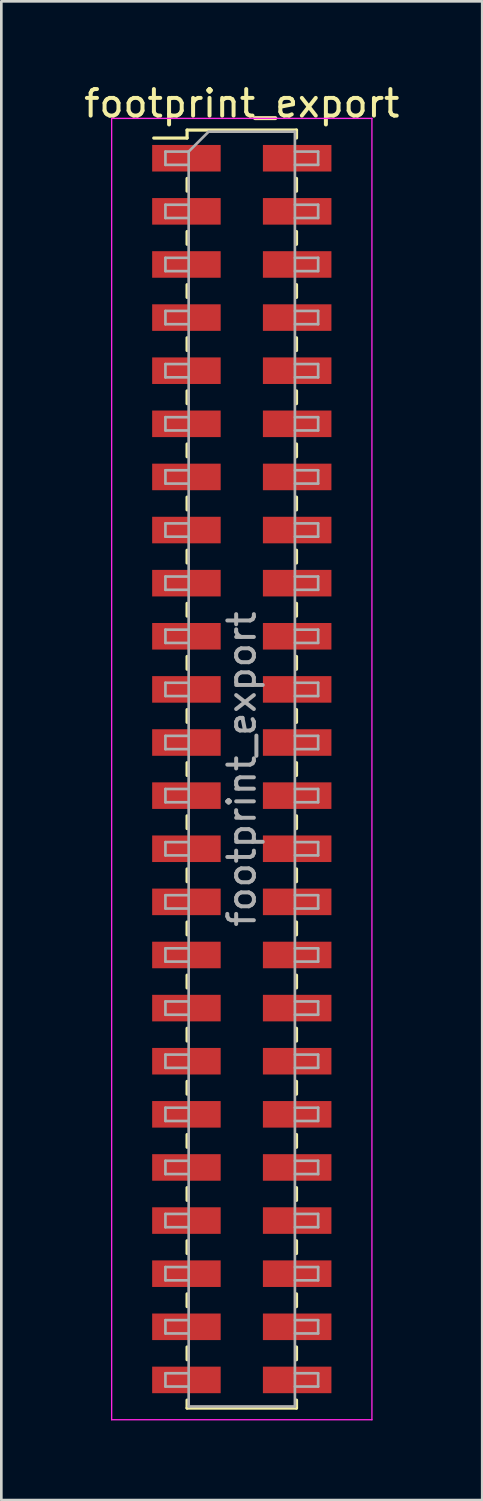
<source format=kicad_pcb>
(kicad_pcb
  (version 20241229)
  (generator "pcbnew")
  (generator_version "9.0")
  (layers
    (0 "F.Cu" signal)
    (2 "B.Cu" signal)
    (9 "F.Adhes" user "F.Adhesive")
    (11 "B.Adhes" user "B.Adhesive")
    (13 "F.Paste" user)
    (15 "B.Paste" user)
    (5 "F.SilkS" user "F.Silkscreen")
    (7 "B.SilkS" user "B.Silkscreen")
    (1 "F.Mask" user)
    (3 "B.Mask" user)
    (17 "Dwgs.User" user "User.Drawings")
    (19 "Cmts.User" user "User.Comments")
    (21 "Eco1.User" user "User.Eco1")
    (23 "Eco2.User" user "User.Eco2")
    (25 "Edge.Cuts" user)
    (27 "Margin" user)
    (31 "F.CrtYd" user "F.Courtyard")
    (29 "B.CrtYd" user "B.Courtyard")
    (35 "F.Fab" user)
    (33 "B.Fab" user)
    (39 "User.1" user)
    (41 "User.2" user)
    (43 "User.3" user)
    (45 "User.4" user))
  (footprint "footprint_export"
    (layer "F.Cu")
    (at 6.054 25.908)
    (property "Reference" "footprint_export" (at 0 -25.06 0) (layer "F.SilkS") (effects (font (size 1 1) (thickness 0.15))))
    (attr smd)
    (fp_line (start -3.315 -23.76) (end -2.06 -23.76) (stroke (width 0.12) (type solid)) (layer "F.SilkS"))
    (fp_line (start -2.06 -24.06) (end -2.06 -23.76) (stroke (width 0.12) (type solid)) (layer "F.SilkS"))
    (fp_line (start -2.06 -24.06) (end 2.06 -24.06) (stroke (width 0.12) (type solid)) (layer "F.SilkS"))
    (fp_line (start -2.06 -22.24) (end -2.06 -21.76) (stroke (width 0.12) (type solid)) (layer "F.SilkS"))
    (fp_line (start -2.06 -20.24) (end -2.06 -19.76) (stroke (width 0.12) (type solid)) (layer "F.SilkS"))
    (fp_line (start -2.06 -18.24) (end -2.06 -17.76) (stroke (width 0.12) (type solid)) (layer "F.SilkS"))
    (fp_line (start -2.06 -16.24) (end -2.06 -15.76) (stroke (width 0.12) (type solid)) (layer "F.SilkS"))
    (fp_line (start -2.06 -14.24) (end -2.06 -13.76) (stroke (width 0.12) (type solid)) (layer "F.SilkS"))
    (fp_line (start -2.06 -12.24) (end -2.06 -11.76) (stroke (width 0.12) (type solid)) (layer "F.SilkS"))
    (fp_line (start -2.06 -10.24) (end -2.06 -9.76) (stroke (width 0.12) (type solid)) (layer "F.SilkS"))
    (fp_line (start -2.06 -8.24) (end -2.06 -7.76) (stroke (width 0.12) (type solid)) (layer "F.SilkS"))
    (fp_line (start -2.06 -6.24) (end -2.06 -5.76) (stroke (width 0.12) (type solid)) (layer "F.SilkS"))
    (fp_line (start -2.06 -4.24) (end -2.06 -3.76) (stroke (width 0.12) (type solid)) (layer "F.SilkS"))
    (fp_line (start -2.06 -2.24) (end -2.06 -1.76) (stroke (width 0.12) (type solid)) (layer "F.SilkS"))
    (fp_line (start -2.06 -0.24) (end -2.06 0.24) (stroke (width 0.12) (type solid)) (layer "F.SilkS"))
    (fp_line (start -2.06 1.76) (end -2.06 2.24) (stroke (width 0.12) (type solid)) (layer "F.SilkS"))
    (fp_line (start -2.06 3.76) (end -2.06 4.24) (stroke (width 0.12) (type solid)) (layer "F.SilkS"))
    (fp_line (start -2.06 5.76) (end -2.06 6.24) (stroke (width 0.12) (type solid)) (layer "F.SilkS"))
    (fp_line (start -2.06 7.76) (end -2.06 8.24) (stroke (width 0.12) (type solid)) (layer "F.SilkS"))
    (fp_line (start -2.06 9.76) (end -2.06 10.24) (stroke (width 0.12) (type solid)) (layer "F.SilkS"))
    (fp_line (start -2.06 11.76) (end -2.06 12.24) (stroke (width 0.12) (type solid)) (layer "F.SilkS"))
    (fp_line (start -2.06 13.76) (end -2.06 14.24) (stroke (width 0.12) (type solid)) (layer "F.SilkS"))
    (fp_line (start -2.06 15.76) (end -2.06 16.24) (stroke (width 0.12) (type solid)) (layer "F.SilkS"))
    (fp_line (start -2.06 17.76) (end -2.06 18.24) (stroke (width 0.12) (type solid)) (layer "F.SilkS"))
    (fp_line (start -2.06 19.76) (end -2.06 20.24) (stroke (width 0.12) (type solid)) (layer "F.SilkS"))
    (fp_line (start -2.06 21.76) (end -2.06 22.24) (stroke (width 0.12) (type solid)) (layer "F.SilkS"))
    (fp_line (start -2.06 23.76) (end -2.06 24.06) (stroke (width 0.12) (type solid)) (layer "F.SilkS"))
    (fp_line (start -2.06 24.06) (end 2.06 24.06) (stroke (width 0.12) (type solid)) (layer "F.SilkS"))
    (fp_line (start 2.06 -24.06) (end 2.06 -23.76) (stroke (width 0.12) (type solid)) (layer "F.SilkS"))
    (fp_line (start 2.06 -22.24) (end 2.06 -21.76) (stroke (width 0.12) (type solid)) (layer "F.SilkS"))
    (fp_line (start 2.06 -20.24) (end 2.06 -19.76) (stroke (width 0.12) (type solid)) (layer "F.SilkS"))
    (fp_line (start 2.06 -18.24) (end 2.06 -17.76) (stroke (width 0.12) (type solid)) (layer "F.SilkS"))
    (fp_line (start 2.06 -16.24) (end 2.06 -15.76) (stroke (width 0.12) (type solid)) (layer "F.SilkS"))
    (fp_line (start 2.06 -14.24) (end 2.06 -13.76) (stroke (width 0.12) (type solid)) (layer "F.SilkS"))
    (fp_line (start 2.06 -12.24) (end 2.06 -11.76) (stroke (width 0.12) (type solid)) (layer "F.SilkS"))
    (fp_line (start 2.06 -10.24) (end 2.06 -9.76) (stroke (width 0.12) (type solid)) (layer "F.SilkS"))
    (fp_line (start 2.06 -8.24) (end 2.06 -7.76) (stroke (width 0.12) (type solid)) (layer "F.SilkS"))
    (fp_line (start 2.06 -6.24) (end 2.06 -5.76) (stroke (width 0.12) (type solid)) (layer "F.SilkS"))
    (fp_line (start 2.06 -4.24) (end 2.06 -3.76) (stroke (width 0.12) (type solid)) (layer "F.SilkS"))
    (fp_line (start 2.06 -2.24) (end 2.06 -1.76) (stroke (width 0.12) (type solid)) (layer "F.SilkS"))
    (fp_line (start 2.06 -0.24) (end 2.06 0.24) (stroke (width 0.12) (type solid)) (layer "F.SilkS"))
    (fp_line (start 2.06 1.76) (end 2.06 2.24) (stroke (width 0.12) (type solid)) (layer "F.SilkS"))
    (fp_line (start 2.06 3.76) (end 2.06 4.24) (stroke (width 0.12) (type solid)) (layer "F.SilkS"))
    (fp_line (start 2.06 5.76) (end 2.06 6.24) (stroke (width 0.12) (type solid)) (layer "F.SilkS"))
    (fp_line (start 2.06 7.76) (end 2.06 8.24) (stroke (width 0.12) (type solid)) (layer "F.SilkS"))
    (fp_line (start 2.06 9.76) (end 2.06 10.24) (stroke (width 0.12) (type solid)) (layer "F.SilkS"))
    (fp_line (start 2.06 11.76) (end 2.06 12.24) (stroke (width 0.12) (type solid)) (layer "F.SilkS"))
    (fp_line (start 2.06 13.76) (end 2.06 14.24) (stroke (width 0.12) (type solid)) (layer "F.SilkS"))
    (fp_line (start 2.06 15.76) (end 2.06 16.24) (stroke (width 0.12) (type solid)) (layer "F.SilkS"))
    (fp_line (start 2.06 17.76) (end 2.06 18.24) (stroke (width 0.12) (type solid)) (layer "F.SilkS"))
    (fp_line (start 2.06 19.76) (end 2.06 20.24) (stroke (width 0.12) (type solid)) (layer "F.SilkS"))
    (fp_line (start 2.06 21.76) (end 2.06 22.24) (stroke (width 0.12) (type solid)) (layer "F.SilkS"))
    (fp_line (start 2.06 23.76) (end 2.06 24.06) (stroke (width 0.12) (type solid)) (layer "F.SilkS"))
    (fp_line (start -4.9 -24.5) (end -4.9 24.5) (stroke (width 0.05) (type solid)) (layer "F.CrtYd"))
    (fp_line (start -4.9 24.5) (end 4.9 24.5) (stroke (width 0.05) (type solid)) (layer "F.CrtYd"))
    (fp_line (start 4.9 -24.5) (end -4.9 -24.5) (stroke (width 0.05) (type solid)) (layer "F.CrtYd"))
    (fp_line (start 4.9 24.5) (end 4.9 -24.5) (stroke (width 0.05) (type solid)) (layer "F.CrtYd"))
    (fp_line (start -2.875 -23.25) (end -2.875 -22.75) (stroke (width 0.1) (type solid)) (layer "F.Fab"))
    (fp_line (start -2.875 -22.75) (end -2 -22.75) (stroke (width 0.1) (type solid)) (layer "F.Fab"))
    (fp_line (start -2.875 -21.25) (end -2.875 -20.75) (stroke (width 0.1) (type solid)) (layer "F.Fab"))
    (fp_line (start -2.875 -20.75) (end -2 -20.75) (stroke (width 0.1) (type solid)) (layer "F.Fab"))
    (fp_line (start -2.875 -19.25) (end -2.875 -18.75) (stroke (width 0.1) (type solid)) (layer "F.Fab"))
    (fp_line (start -2.875 -18.75) (end -2 -18.75) (stroke (width 0.1) (type solid)) (layer "F.Fab"))
    (fp_line (start -2.875 -17.25) (end -2.875 -16.75) (stroke (width 0.1) (type solid)) (layer "F.Fab"))
    (fp_line (start -2.875 -16.75) (end -2 -16.75) (stroke (width 0.1) (type solid)) (layer "F.Fab"))
    (fp_line (start -2.875 -15.25) (end -2.875 -14.75) (stroke (width 0.1) (type solid)) (layer "F.Fab"))
    (fp_line (start -2.875 -14.75) (end -2 -14.75) (stroke (width 0.1) (type solid)) (layer "F.Fab"))
    (fp_line (start -2.875 -13.25) (end -2.875 -12.75) (stroke (width 0.1) (type solid)) (layer "F.Fab"))
    (fp_line (start -2.875 -12.75) (end -2 -12.75) (stroke (width 0.1) (type solid)) (layer "F.Fab"))
    (fp_line (start -2.875 -11.25) (end -2.875 -10.75) (stroke (width 0.1) (type solid)) (layer "F.Fab"))
    (fp_line (start -2.875 -10.75) (end -2 -10.75) (stroke (width 0.1) (type solid)) (layer "F.Fab"))
    (fp_line (start -2.875 -9.25) (end -2.875 -8.75) (stroke (width 0.1) (type solid)) (layer "F.Fab"))
    (fp_line (start -2.875 -8.75) (end -2 -8.75) (stroke (width 0.1) (type solid)) (layer "F.Fab"))
    (fp_line (start -2.875 -7.25) (end -2.875 -6.75) (stroke (width 0.1) (type solid)) (layer "F.Fab"))
    (fp_line (start -2.875 -6.75) (end -2 -6.75) (stroke (width 0.1) (type solid)) (layer "F.Fab"))
    (fp_line (start -2.875 -5.25) (end -2.875 -4.75) (stroke (width 0.1) (type solid)) (layer "F.Fab"))
    (fp_line (start -2.875 -4.75) (end -2 -4.75) (stroke (width 0.1) (type solid)) (layer "F.Fab"))
    (fp_line (start -2.875 -3.25) (end -2.875 -2.75) (stroke (width 0.1) (type solid)) (layer "F.Fab"))
    (fp_line (start -2.875 -2.75) (end -2 -2.75) (stroke (width 0.1) (type solid)) (layer "F.Fab"))
    (fp_line (start -2.875 -1.25) (end -2.875 -0.75) (stroke (width 0.1) (type solid)) (layer "F.Fab"))
    (fp_line (start -2.875 -0.75) (end -2 -0.75) (stroke (width 0.1) (type solid)) (layer "F.Fab"))
    (fp_line (start -2.875 0.75) (end -2.875 1.25) (stroke (width 0.1) (type solid)) (layer "F.Fab"))
    (fp_line (start -2.875 1.25) (end -2 1.25) (stroke (width 0.1) (type solid)) (layer "F.Fab"))
    (fp_line (start -2.875 2.75) (end -2.875 3.25) (stroke (width 0.1) (type solid)) (layer "F.Fab"))
    (fp_line (start -2.875 3.25) (end -2 3.25) (stroke (width 0.1) (type solid)) (layer "F.Fab"))
    (fp_line (start -2.875 4.75) (end -2.875 5.25) (stroke (width 0.1) (type solid)) (layer "F.Fab"))
    (fp_line (start -2.875 5.25) (end -2 5.25) (stroke (width 0.1) (type solid)) (layer "F.Fab"))
    (fp_line (start -2.875 6.75) (end -2.875 7.25) (stroke (width 0.1) (type solid)) (layer "F.Fab"))
    (fp_line (start -2.875 7.25) (end -2 7.25) (stroke (width 0.1) (type solid)) (layer "F.Fab"))
    (fp_line (start -2.875 8.75) (end -2.875 9.25) (stroke (width 0.1) (type solid)) (layer "F.Fab"))
    (fp_line (start -2.875 9.25) (end -2 9.25) (stroke (width 0.1) (type solid)) (layer "F.Fab"))
    (fp_line (start -2.875 10.75) (end -2.875 11.25) (stroke (width 0.1) (type solid)) (layer "F.Fab"))
    (fp_line (start -2.875 11.25) (end -2 11.25) (stroke (width 0.1) (type solid)) (layer "F.Fab"))
    (fp_line (start -2.875 12.75) (end -2.875 13.25) (stroke (width 0.1) (type solid)) (layer "F.Fab"))
    (fp_line (start -2.875 13.25) (end -2 13.25) (stroke (width 0.1) (type solid)) (layer "F.Fab"))
    (fp_line (start -2.875 14.75) (end -2.875 15.25) (stroke (width 0.1) (type solid)) (layer "F.Fab"))
    (fp_line (start -2.875 15.25) (end -2 15.25) (stroke (width 0.1) (type solid)) (layer "F.Fab"))
    (fp_line (start -2.875 16.75) (end -2.875 17.25) (stroke (width 0.1) (type solid)) (layer "F.Fab"))
    (fp_line (start -2.875 17.25) (end -2 17.25) (stroke (width 0.1) (type solid)) (layer "F.Fab"))
    (fp_line (start -2.875 18.75) (end -2.875 19.25) (stroke (width 0.1) (type solid)) (layer "F.Fab"))
    (fp_line (start -2.875 19.25) (end -2 19.25) (stroke (width 0.1) (type solid)) (layer "F.Fab"))
    (fp_line (start -2.875 20.75) (end -2.875 21.25) (stroke (width 0.1) (type solid)) (layer "F.Fab"))
    (fp_line (start -2.875 21.25) (end -2 21.25) (stroke (width 0.1) (type solid)) (layer "F.Fab"))
    (fp_line (start -2.875 22.75) (end -2.875 23.25) (stroke (width 0.1) (type solid)) (layer "F.Fab"))
    (fp_line (start -2.875 23.25) (end -2 23.25) (stroke (width 0.1) (type solid)) (layer "F.Fab"))
    (fp_line (start -2 -23.25) (end -2.875 -23.25) (stroke (width 0.1) (type solid)) (layer "F.Fab"))
    (fp_line (start -2 -23.25) (end -1.25 -24) (stroke (width 0.1) (type solid)) (layer "F.Fab"))
    (fp_line (start -2 -21.25) (end -2.875 -21.25) (stroke (width 0.1) (type solid)) (layer "F.Fab"))
    (fp_line (start -2 -19.25) (end -2.875 -19.25) (stroke (width 0.1) (type solid)) (layer "F.Fab"))
    (fp_line (start -2 -17.25) (end -2.875 -17.25) (stroke (width 0.1) (type solid)) (layer "F.Fab"))
    (fp_line (start -2 -15.25) (end -2.875 -15.25) (stroke (width 0.1) (type solid)) (layer "F.Fab"))
    (fp_line (start -2 -13.25) (end -2.875 -13.25) (stroke (width 0.1) (type solid)) (layer "F.Fab"))
    (fp_line (start -2 -11.25) (end -2.875 -11.25) (stroke (width 0.1) (type solid)) (layer "F.Fab"))
    (fp_line (start -2 -9.25) (end -2.875 -9.25) (stroke (width 0.1) (type solid)) (layer "F.Fab"))
    (fp_line (start -2 -7.25) (end -2.875 -7.25) (stroke (width 0.1) (type solid)) (layer "F.Fab"))
    (fp_line (start -2 -5.25) (end -2.875 -5.25) (stroke (width 0.1) (type solid)) (layer "F.Fab"))
    (fp_line (start -2 -3.25) (end -2.875 -3.25) (stroke (width 0.1) (type solid)) (layer "F.Fab"))
    (fp_line (start -2 -1.25) (end -2.875 -1.25) (stroke (width 0.1) (type solid)) (layer "F.Fab"))
    (fp_line (start -2 0.75) (end -2.875 0.75) (stroke (width 0.1) (type solid)) (layer "F.Fab"))
    (fp_line (start -2 2.75) (end -2.875 2.75) (stroke (width 0.1) (type solid)) (layer "F.Fab"))
    (fp_line (start -2 4.75) (end -2.875 4.75) (stroke (width 0.1) (type solid)) (layer "F.Fab"))
    (fp_line (start -2 6.75) (end -2.875 6.75) (stroke (width 0.1) (type solid)) (layer "F.Fab"))
    (fp_line (start -2 8.75) (end -2.875 8.75) (stroke (width 0.1) (type solid)) (layer "F.Fab"))
    (fp_line (start -2 10.75) (end -2.875 10.75) (stroke (width 0.1) (type solid)) (layer "F.Fab"))
    (fp_line (start -2 12.75) (end -2.875 12.75) (stroke (width 0.1) (type solid)) (layer "F.Fab"))
    (fp_line (start -2 14.75) (end -2.875 14.75) (stroke (width 0.1) (type solid)) (layer "F.Fab"))
    (fp_line (start -2 16.75) (end -2.875 16.75) (stroke (width 0.1) (type solid)) (layer "F.Fab"))
    (fp_line (start -2 18.75) (end -2.875 18.75) (stroke (width 0.1) (type solid)) (layer "F.Fab"))
    (fp_line (start -2 20.75) (end -2.875 20.75) (stroke (width 0.1) (type solid)) (layer "F.Fab"))
    (fp_line (start -2 22.75) (end -2.875 22.75) (stroke (width 0.1) (type solid)) (layer "F.Fab"))
    (fp_line (start -2 24) (end -2 -23.25) (stroke (width 0.1) (type solid)) (layer "F.Fab"))
    (fp_line (start -1.25 -24) (end 2 -24) (stroke (width 0.1) (type solid)) (layer "F.Fab"))
    (fp_line (start 2 -24) (end 2 24) (stroke (width 0.1) (type solid)) (layer "F.Fab"))
    (fp_line (start 2 -23.25) (end 2.875 -23.25) (stroke (width 0.1) (type solid)) (layer "F.Fab"))
    (fp_line (start 2 -21.25) (end 2.875 -21.25) (stroke (width 0.1) (type solid)) (layer "F.Fab"))
    (fp_line (start 2 -19.25) (end 2.875 -19.25) (stroke (width 0.1) (type solid)) (layer "F.Fab"))
    (fp_line (start 2 -17.25) (end 2.875 -17.25) (stroke (width 0.1) (type solid)) (layer "F.Fab"))
    (fp_line (start 2 -15.25) (end 2.875 -15.25) (stroke (width 0.1) (type solid)) (layer "F.Fab"))
    (fp_line (start 2 -13.25) (end 2.875 -13.25) (stroke (width 0.1) (type solid)) (layer "F.Fab"))
    (fp_line (start 2 -11.25) (end 2.875 -11.25) (stroke (width 0.1) (type solid)) (layer "F.Fab"))
    (fp_line (start 2 -9.25) (end 2.875 -9.25) (stroke (width 0.1) (type solid)) (layer "F.Fab"))
    (fp_line (start 2 -7.25) (end 2.875 -7.25) (stroke (width 0.1) (type solid)) (layer "F.Fab"))
    (fp_line (start 2 -5.25) (end 2.875 -5.25) (stroke (width 0.1) (type solid)) (layer "F.Fab"))
    (fp_line (start 2 -3.25) (end 2.875 -3.25) (stroke (width 0.1) (type solid)) (layer "F.Fab"))
    (fp_line (start 2 -1.25) (end 2.875 -1.25) (stroke (width 0.1) (type solid)) (layer "F.Fab"))
    (fp_line (start 2 0.75) (end 2.875 0.75) (stroke (width 0.1) (type solid)) (layer "F.Fab"))
    (fp_line (start 2 2.75) (end 2.875 2.75) (stroke (width 0.1) (type solid)) (layer "F.Fab"))
    (fp_line (start 2 4.75) (end 2.875 4.75) (stroke (width 0.1) (type solid)) (layer "F.Fab"))
    (fp_line (start 2 6.75) (end 2.875 6.75) (stroke (width 0.1) (type solid)) (layer "F.Fab"))
    (fp_line (start 2 8.75) (end 2.875 8.75) (stroke (width 0.1) (type solid)) (layer "F.Fab"))
    (fp_line (start 2 10.75) (end 2.875 10.75) (stroke (width 0.1) (type solid)) (layer "F.Fab"))
    (fp_line (start 2 12.75) (end 2.875 12.75) (stroke (width 0.1) (type solid)) (layer "F.Fab"))
    (fp_line (start 2 14.75) (end 2.875 14.75) (stroke (width 0.1) (type solid)) (layer "F.Fab"))
    (fp_line (start 2 16.75) (end 2.875 16.75) (stroke (width 0.1) (type solid)) (layer "F.Fab"))
    (fp_line (start 2 18.75) (end 2.875 18.75) (stroke (width 0.1) (type solid)) (layer "F.Fab"))
    (fp_line (start 2 20.75) (end 2.875 20.75) (stroke (width 0.1) (type solid)) (layer "F.Fab"))
    (fp_line (start 2 22.75) (end 2.875 22.75) (stroke (width 0.1) (type solid)) (layer "F.Fab"))
    (fp_line (start 2 24) (end -2 24) (stroke (width 0.1) (type solid)) (layer "F.Fab"))
    (fp_line (start 2.875 -23.25) (end 2.875 -22.75) (stroke (width 0.1) (type solid)) (layer "F.Fab"))
    (fp_line (start 2.875 -22.75) (end 2 -22.75) (stroke (width 0.1) (type solid)) (layer "F.Fab"))
    (fp_line (start 2.875 -21.25) (end 2.875 -20.75) (stroke (width 0.1) (type solid)) (layer "F.Fab"))
    (fp_line (start 2.875 -20.75) (end 2 -20.75) (stroke (width 0.1) (type solid)) (layer "F.Fab"))
    (fp_line (start 2.875 -19.25) (end 2.875 -18.75) (stroke (width 0.1) (type solid)) (layer "F.Fab"))
    (fp_line (start 2.875 -18.75) (end 2 -18.75) (stroke (width 0.1) (type solid)) (layer "F.Fab"))
    (fp_line (start 2.875 -17.25) (end 2.875 -16.75) (stroke (width 0.1) (type solid)) (layer "F.Fab"))
    (fp_line (start 2.875 -16.75) (end 2 -16.75) (stroke (width 0.1) (type solid)) (layer "F.Fab"))
    (fp_line (start 2.875 -15.25) (end 2.875 -14.75) (stroke (width 0.1) (type solid)) (layer "F.Fab"))
    (fp_line (start 2.875 -14.75) (end 2 -14.75) (stroke (width 0.1) (type solid)) (layer "F.Fab"))
    (fp_line (start 2.875 -13.25) (end 2.875 -12.75) (stroke (width 0.1) (type solid)) (layer "F.Fab"))
    (fp_line (start 2.875 -12.75) (end 2 -12.75) (stroke (width 0.1) (type solid)) (layer "F.Fab"))
    (fp_line (start 2.875 -11.25) (end 2.875 -10.75) (stroke (width 0.1) (type solid)) (layer "F.Fab"))
    (fp_line (start 2.875 -10.75) (end 2 -10.75) (stroke (width 0.1) (type solid)) (layer "F.Fab"))
    (fp_line (start 2.875 -9.25) (end 2.875 -8.75) (stroke (width 0.1) (type solid)) (layer "F.Fab"))
    (fp_line (start 2.875 -8.75) (end 2 -8.75) (stroke (width 0.1) (type solid)) (layer "F.Fab"))
    (fp_line (start 2.875 -7.25) (end 2.875 -6.75) (stroke (width 0.1) (type solid)) (layer "F.Fab"))
    (fp_line (start 2.875 -6.75) (end 2 -6.75) (stroke (width 0.1) (type solid)) (layer "F.Fab"))
    (fp_line (start 2.875 -5.25) (end 2.875 -4.75) (stroke (width 0.1) (type solid)) (layer "F.Fab"))
    (fp_line (start 2.875 -4.75) (end 2 -4.75) (stroke (width 0.1) (type solid)) (layer "F.Fab"))
    (fp_line (start 2.875 -3.25) (end 2.875 -2.75) (stroke (width 0.1) (type solid)) (layer "F.Fab"))
    (fp_line (start 2.875 -2.75) (end 2 -2.75) (stroke (width 0.1) (type solid)) (layer "F.Fab"))
    (fp_line (start 2.875 -1.25) (end 2.875 -0.75) (stroke (width 0.1) (type solid)) (layer "F.Fab"))
    (fp_line (start 2.875 -0.75) (end 2 -0.75) (stroke (width 0.1) (type solid)) (layer "F.Fab"))
    (fp_line (start 2.875 0.75) (end 2.875 1.25) (stroke (width 0.1) (type solid)) (layer "F.Fab"))
    (fp_line (start 2.875 1.25) (end 2 1.25) (stroke (width 0.1) (type solid)) (layer "F.Fab"))
    (fp_line (start 2.875 2.75) (end 2.875 3.25) (stroke (width 0.1) (type solid)) (layer "F.Fab"))
    (fp_line (start 2.875 3.25) (end 2 3.25) (stroke (width 0.1) (type solid)) (layer "F.Fab"))
    (fp_line (start 2.875 4.75) (end 2.875 5.25) (stroke (width 0.1) (type solid)) (layer "F.Fab"))
    (fp_line (start 2.875 5.25) (end 2 5.25) (stroke (width 0.1) (type solid)) (layer "F.Fab"))
    (fp_line (start 2.875 6.75) (end 2.875 7.25) (stroke (width 0.1) (type solid)) (layer "F.Fab"))
    (fp_line (start 2.875 7.25) (end 2 7.25) (stroke (width 0.1) (type solid)) (layer "F.Fab"))
    (fp_line (start 2.875 8.75) (end 2.875 9.25) (stroke (width 0.1) (type solid)) (layer "F.Fab"))
    (fp_line (start 2.875 9.25) (end 2 9.25) (stroke (width 0.1) (type solid)) (layer "F.Fab"))
    (fp_line (start 2.875 10.75) (end 2.875 11.25) (stroke (width 0.1) (type solid)) (layer "F.Fab"))
    (fp_line (start 2.875 11.25) (end 2 11.25) (stroke (width 0.1) (type solid)) (layer "F.Fab"))
    (fp_line (start 2.875 12.75) (end 2.875 13.25) (stroke (width 0.1) (type solid)) (layer "F.Fab"))
    (fp_line (start 2.875 13.25) (end 2 13.25) (stroke (width 0.1) (type solid)) (layer "F.Fab"))
    (fp_line (start 2.875 14.75) (end 2.875 15.25) (stroke (width 0.1) (type solid)) (layer "F.Fab"))
    (fp_line (start 2.875 15.25) (end 2 15.25) (stroke (width 0.1) (type solid)) (layer "F.Fab"))
    (fp_line (start 2.875 16.75) (end 2.875 17.25) (stroke (width 0.1) (type solid)) (layer "F.Fab"))
    (fp_line (start 2.875 17.25) (end 2 17.25) (stroke (width 0.1) (type solid)) (layer "F.Fab"))
    (fp_line (start 2.875 18.75) (end 2.875 19.25) (stroke (width 0.1) (type solid)) (layer "F.Fab"))
    (fp_line (start 2.875 19.25) (end 2 19.25) (stroke (width 0.1) (type solid)) (layer "F.Fab"))
    (fp_line (start 2.875 20.75) (end 2.875 21.25) (stroke (width 0.1) (type solid)) (layer "F.Fab"))
    (fp_line (start 2.875 21.25) (end 2 21.25) (stroke (width 0.1) (type solid)) (layer "F.Fab"))
    (fp_line (start 2.875 22.75) (end 2.875 23.25) (stroke (width 0.1) (type solid)) (layer "F.Fab"))
    (fp_line (start 2.875 23.25) (end 2 23.25) (stroke (width 0.1) (type solid)) (layer "F.Fab"))
    (fp_text user "${REFERENCE}" (at 0 0 90) (layer "F.Fab") (effects (font (size 1 1) (thickness 0.15))))
    (pad "1" smd rect (at -2.085 -23) (size 2.58 1) (layers "F.Cu" "F.Mask" "F.Paste"))
    (pad "2" smd rect (at 2.085 -23) (size 2.58 1) (layers "F.Cu" "F.Mask" "F.Paste"))
    (pad "3" smd rect (at -2.085 -21) (size 2.58 1) (layers "F.Cu" "F.Mask" "F.Paste"))
    (pad "4" smd rect (at 2.085 -21) (size 2.58 1) (layers "F.Cu" "F.Mask" "F.Paste"))
    (pad "5" smd rect (at -2.085 -19) (size 2.58 1) (layers "F.Cu" "F.Mask" "F.Paste"))
    (pad "6" smd rect (at 2.085 -19) (size 2.58 1) (layers "F.Cu" "F.Mask" "F.Paste"))
    (pad "7" smd rect (at -2.085 -17) (size 2.58 1) (layers "F.Cu" "F.Mask" "F.Paste"))
    (pad "8" smd rect (at 2.085 -17) (size 2.58 1) (layers "F.Cu" "F.Mask" "F.Paste"))
    (pad "9" smd rect (at -2.085 -15) (size 2.58 1) (layers "F.Cu" "F.Mask" "F.Paste"))
    (pad "10" smd rect (at 2.085 -15) (size 2.58 1) (layers "F.Cu" "F.Mask" "F.Paste"))
    (pad "11" smd rect (at -2.085 -13) (size 2.58 1) (layers "F.Cu" "F.Mask" "F.Paste"))
    (pad "12" smd rect (at 2.085 -13) (size 2.58 1) (layers "F.Cu" "F.Mask" "F.Paste"))
    (pad "13" smd rect (at -2.085 -11) (size 2.58 1) (layers "F.Cu" "F.Mask" "F.Paste"))
    (pad "14" smd rect (at 2.085 -11) (size 2.58 1) (layers "F.Cu" "F.Mask" "F.Paste"))
    (pad "15" smd rect (at -2.085 -9) (size 2.58 1) (layers "F.Cu" "F.Mask" "F.Paste"))
    (pad "16" smd rect (at 2.085 -9) (size 2.58 1) (layers "F.Cu" "F.Mask" "F.Paste"))
    (pad "17" smd rect (at -2.085 -7) (size 2.58 1) (layers "F.Cu" "F.Mask" "F.Paste"))
    (pad "18" smd rect (at 2.085 -7) (size 2.58 1) (layers "F.Cu" "F.Mask" "F.Paste"))
    (pad "19" smd rect (at -2.085 -5) (size 2.58 1) (layers "F.Cu" "F.Mask" "F.Paste"))
    (pad "20" smd rect (at 2.085 -5) (size 2.58 1) (layers "F.Cu" "F.Mask" "F.Paste"))
    (pad "21" smd rect (at -2.085 -3) (size 2.58 1) (layers "F.Cu" "F.Mask" "F.Paste"))
    (pad "22" smd rect (at 2.085 -3) (size 2.58 1) (layers "F.Cu" "F.Mask" "F.Paste"))
    (pad "23" smd rect (at -2.085 -1) (size 2.58 1) (layers "F.Cu" "F.Mask" "F.Paste"))
    (pad "24" smd rect (at 2.085 -1) (size 2.58 1) (layers "F.Cu" "F.Mask" "F.Paste"))
    (pad "25" smd rect (at -2.085 1) (size 2.58 1) (layers "F.Cu" "F.Mask" "F.Paste"))
    (pad "26" smd rect (at 2.085 1) (size 2.58 1) (layers "F.Cu" "F.Mask" "F.Paste"))
    (pad "27" smd rect (at -2.085 3) (size 2.58 1) (layers "F.Cu" "F.Mask" "F.Paste"))
    (pad "28" smd rect (at 2.085 3) (size 2.58 1) (layers "F.Cu" "F.Mask" "F.Paste"))
    (pad "29" smd rect (at -2.085 5) (size 2.58 1) (layers "F.Cu" "F.Mask" "F.Paste"))
    (pad "30" smd rect (at 2.085 5) (size 2.58 1) (layers "F.Cu" "F.Mask" "F.Paste"))
    (pad "31" smd rect (at -2.085 7) (size 2.58 1) (layers "F.Cu" "F.Mask" "F.Paste"))
    (pad "32" smd rect (at 2.085 7) (size 2.58 1) (layers "F.Cu" "F.Mask" "F.Paste"))
    (pad "33" smd rect (at -2.085 9) (size 2.58 1) (layers "F.Cu" "F.Mask" "F.Paste"))
    (pad "34" smd rect (at 2.085 9) (size 2.58 1) (layers "F.Cu" "F.Mask" "F.Paste"))
    (pad "35" smd rect (at -2.085 11) (size 2.58 1) (layers "F.Cu" "F.Mask" "F.Paste"))
    (pad "36" smd rect (at 2.085 11) (size 2.58 1) (layers "F.Cu" "F.Mask" "F.Paste"))
    (pad "37" smd rect (at -2.085 13) (size 2.58 1) (layers "F.Cu" "F.Mask" "F.Paste"))
    (pad "38" smd rect (at 2.085 13) (size 2.58 1) (layers "F.Cu" "F.Mask" "F.Paste"))
    (pad "39" smd rect (at -2.085 15) (size 2.58 1) (layers "F.Cu" "F.Mask" "F.Paste"))
    (pad "40" smd rect (at 2.085 15) (size 2.58 1) (layers "F.Cu" "F.Mask" "F.Paste"))
    (pad "41" smd rect (at -2.085 17) (size 2.58 1) (layers "F.Cu" "F.Mask" "F.Paste"))
    (pad "42" smd rect (at 2.085 17) (size 2.58 1) (layers "F.Cu" "F.Mask" "F.Paste"))
    (pad "43" smd rect (at -2.085 19) (size 2.58 1) (layers "F.Cu" "F.Mask" "F.Paste"))
    (pad "44" smd rect (at 2.085 19) (size 2.58 1) (layers "F.Cu" "F.Mask" "F.Paste"))
    (pad "45" smd rect (at -2.085 21) (size 2.58 1) (layers "F.Cu" "F.Mask" "F.Paste"))
    (pad "46" smd rect (at 2.085 21) (size 2.58 1) (layers "F.Cu" "F.Mask" "F.Paste"))
    (pad "47" smd rect (at -2.085 23) (size 2.58 1) (layers "F.Cu" "F.Mask" "F.Paste"))
    (pad "48" smd rect (at 2.085 23) (size 2.58 1) (layers "F.Cu" "F.Mask" "F.Paste")))
  (gr_rect
    (start -3 -3)
    (end 15.107 53.433)
    (stroke (width 0.1) (type default))
    (fill no)
    (layer "Edge.Cuts")))
</source>
